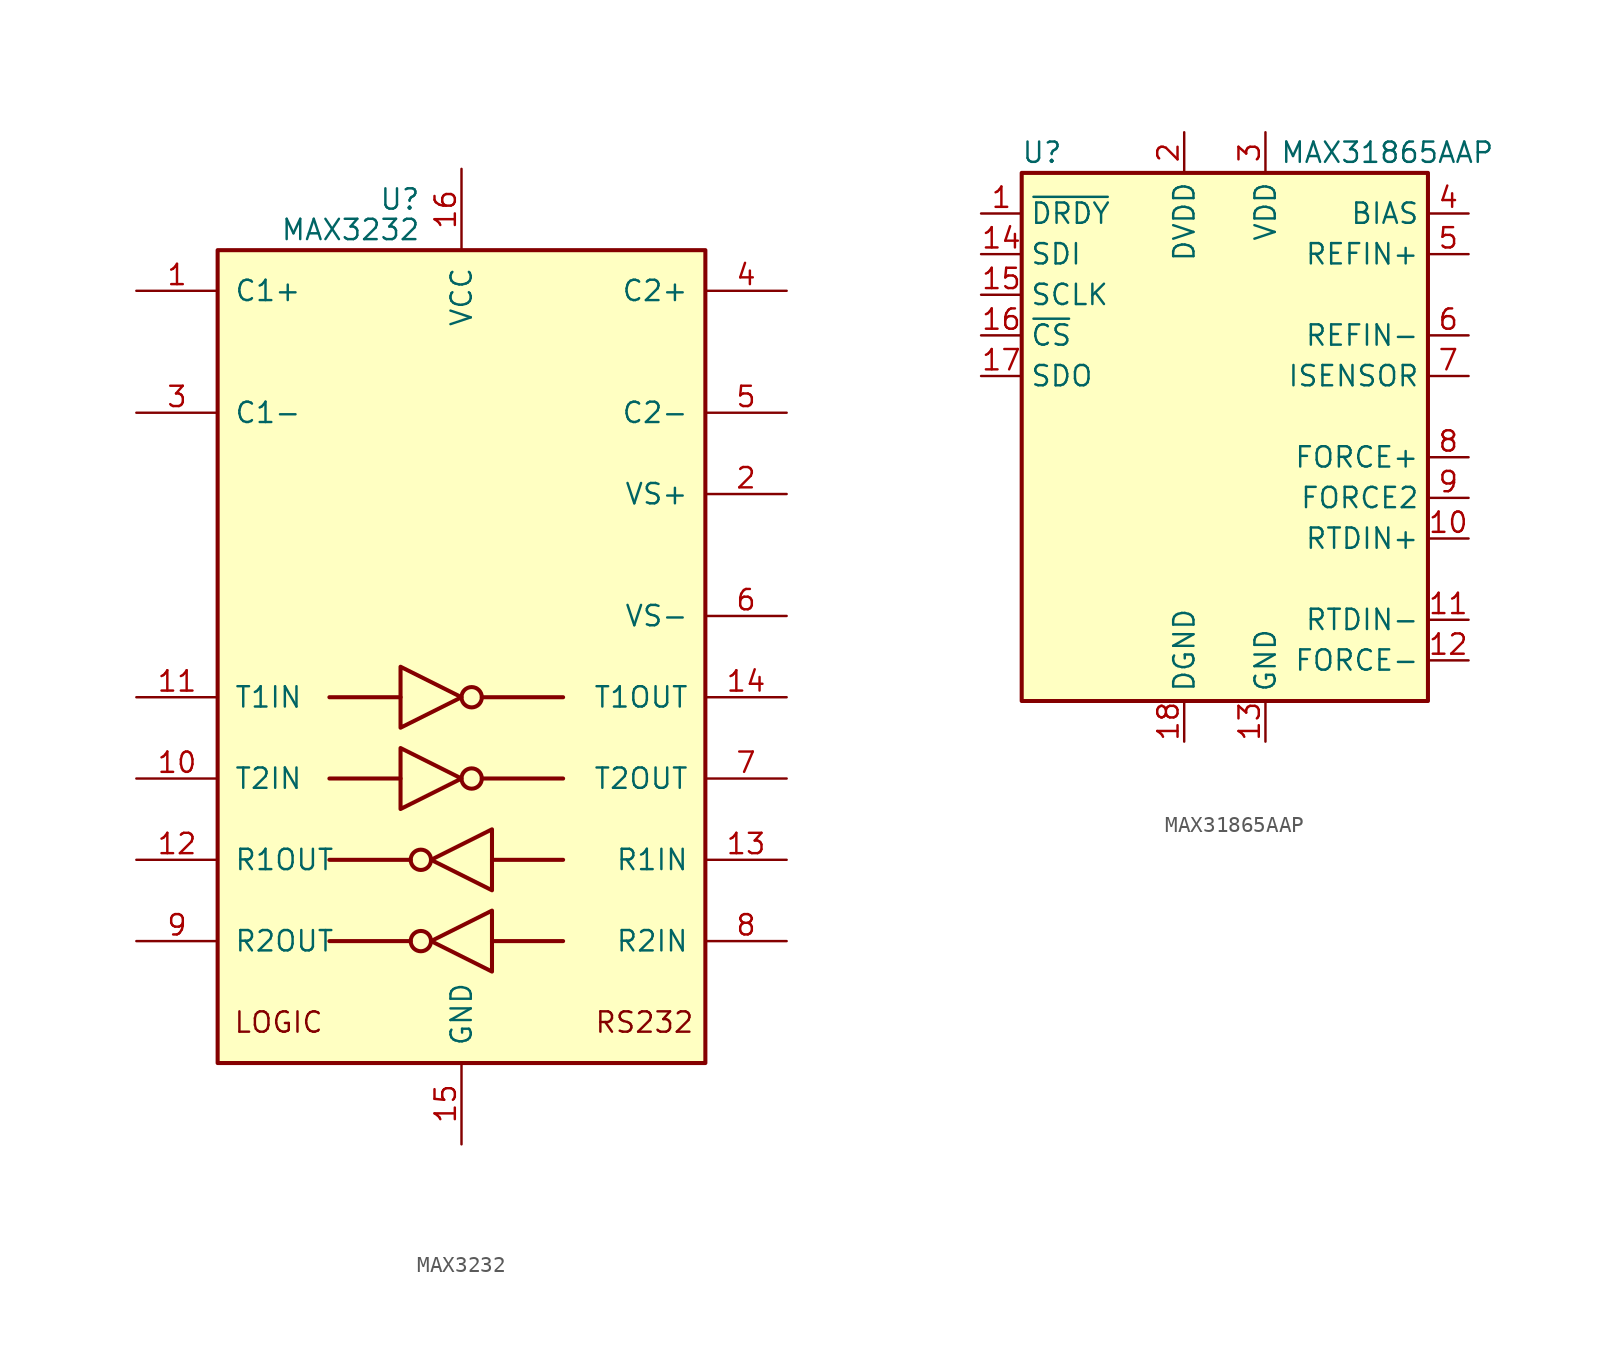
<source format=kicad_sym>
(kicad_symbol_lib
  (version 20231120)
  (generator "kicad_symbol_editor")
  (generator_version "8.0")
  (symbol "MAX3232"
    (pin_names
      (offset 1.016))
    (property "Reference" "U"
      (at -2.54 28.575 0)
      (effects (font (size 1.27 1.27)) (justify right)))
    (property "Value" "MAX3232"
      (at -2.54 26.67 0)
      (effects (font (size 1.27 1.27)) (justify right)))
    (symbol "MAX3232_0_0"
      (text "LOGIC" (at -11.43 -22.86 0) (effects (font (size 1.27 1.27))))
      (text "RS232" (at 11.43 -22.86 0) (effects (font (size 1.27 1.27)))))
    (symbol "MAX3232_0_1"
      (rectangle (start -15.24 -25.4) (end 15.24 25.4) (stroke (width 0.254) (type default)) (fill (type background)))
      (circle (center -2.54 -17.78) (radius 0.635) (stroke (width 0.254) (type default)) (fill (type none)))
      (circle (center -2.54 -12.7) (radius 0.635) (stroke (width 0.254) (type default)) (fill (type none)))
      (polyline (pts (xy -3.81 -7.62) (xy -8.255 -7.62)) (stroke (width 0.254) (type default)) (fill (type none)))
      (polyline (pts (xy -3.81 -2.54) (xy -8.255 -2.54)) (stroke (width 0.254) (type default)) (fill (type none)))
      (polyline (pts (xy -3.175 -17.78) (xy -8.255 -17.78)) (stroke (width 0.254) (type default)) (fill (type none)))
      (polyline (pts (xy -3.175 -12.7) (xy -8.255 -12.7)) (stroke (width 0.254) (type default)) (fill (type none)))
      (polyline (pts (xy 1.27 -7.62) (xy 6.35 -7.62)) (stroke (width 0.254) (type default)) (fill (type none)))
      (polyline (pts (xy 1.27 -2.54) (xy 6.35 -2.54)) (stroke (width 0.254) (type default)) (fill (type none)))
      (polyline (pts (xy 1.905 -17.78) (xy 6.35 -17.78)) (stroke (width 0.254) (type default)) (fill (type none)))
      (polyline (pts (xy 1.905 -12.7) (xy 6.35 -12.7)) (stroke (width 0.254) (type default)) (fill (type none)))
      (polyline (pts (xy -3.81 -5.715) (xy -3.81 -9.525) (xy 0 -7.62) (xy -3.81 -5.715)) (stroke (width 0.254) (type default)) (fill (type none)))
      (polyline (pts (xy -3.81 -0.635) (xy -3.81 -4.445) (xy 0 -2.54) (xy -3.81 -0.635)) (stroke (width 0.254) (type default)) (fill (type none)))
      (polyline (pts (xy 1.905 -15.875) (xy 1.905 -19.685) (xy -1.905 -17.78) (xy 1.905 -15.875)) (stroke (width 0.254) (type default)) (fill (type none)))
      (polyline (pts (xy 1.905 -10.795) (xy 1.905 -14.605) (xy -1.905 -12.7) (xy 1.905 -10.795)) (stroke (width 0.254) (type default)) (fill (type none)))
      (circle (center 0.635 -7.62) (radius 0.635) (stroke (width 0.254) (type default)) (fill (type none)))
      (circle (center 0.635 -2.54) (radius 0.635) (stroke (width 0.254) (type default)) (fill (type none))))
    (symbol "MAX3232_1_1"
      (pin passive line (at -20.32 22.86 0) (length 5.08) (name "C1+" (effects (font (size 1.27 1.27)))) (number "1" (effects (font (size 1.27 1.27)))))
      (pin input line (at -20.32 -7.62 0) (length 5.08) (name "T2IN" (effects (font (size 1.27 1.27)))) (number "10" (effects (font (size 1.27 1.27)))))
      (pin input line (at -20.32 -2.54 0) (length 5.08) (name "T1IN" (effects (font (size 1.27 1.27)))) (number "11" (effects (font (size 1.27 1.27)))))
      (pin output line (at -20.32 -12.7 0) (length 5.08) (name "R1OUT" (effects (font (size 1.27 1.27)))) (number "12" (effects (font (size 1.27 1.27)))))
      (pin input line (at 20.32 -12.7 180) (length 5.08) (name "R1IN" (effects (font (size 1.27 1.27)))) (number "13" (effects (font (size 1.27 1.27)))))
      (pin output line (at 20.32 -2.54 180) (length 5.08) (name "T1OUT" (effects (font (size 1.27 1.27)))) (number "14" (effects (font (size 1.27 1.27)))))
      (pin power_in line (at 0 -30.48 90) (length 5.08) (name "GND" (effects (font (size 1.27 1.27)))) (number "15" (effects (font (size 1.27 1.27)))))
      (pin power_in line (at 0 30.48 270) (length 5.08) (name "VCC" (effects (font (size 1.27 1.27)))) (number "16" (effects (font (size 1.27 1.27)))))
      (pin power_out line (at 20.32 10.16 180) (length 5.08) (name "VS+" (effects (font (size 1.27 1.27)))) (number "2" (effects (font (size 1.27 1.27)))))
      (pin passive line (at -20.32 15.24 0) (length 5.08) (name "C1-" (effects (font (size 1.27 1.27)))) (number "3" (effects (font (size 1.27 1.27)))))
      (pin passive line (at 20.32 22.86 180) (length 5.08) (name "C2+" (effects (font (size 1.27 1.27)))) (number "4" (effects (font (size 1.27 1.27)))))
      (pin passive line (at 20.32 15.24 180) (length 5.08) (name "C2-" (effects (font (size 1.27 1.27)))) (number "5" (effects (font (size 1.27 1.27)))))
      (pin power_out line (at 20.32 2.54 180) (length 5.08) (name "VS-" (effects (font (size 1.27 1.27)))) (number "6" (effects (font (size 1.27 1.27)))))
      (pin output line (at 20.32 -7.62 180) (length 5.08) (name "T2OUT" (effects (font (size 1.27 1.27)))) (number "7" (effects (font (size 1.27 1.27)))))
      (pin input line (at 20.32 -17.78 180) (length 5.08) (name "R2IN" (effects (font (size 1.27 1.27)))) (number "8" (effects (font (size 1.27 1.27)))))
      (pin output line (at -20.32 -17.78 0) (length 5.08) (name "R2OUT" (effects (font (size 1.27 1.27)))) (number "9" (effects (font (size 1.27 1.27)))))))
  (symbol "MAX31865AAP"
    (property "Reference" "U"
      (at -11.43 19.05 0)
      (effects (font (size 1.27 1.27))))
    (property "Value" "MAX31865AAP"
      (at 10.16 19.05 0)
      (effects (font (size 1.27 1.27))))
    (symbol "MAX31865AAP_0_1"
      (rectangle (start -12.7 17.78) (end 12.7 -15.24) (stroke (width 0.254) (type default)) (fill (type background))))
    (symbol "MAX31865AAP_1_1"
      (pin output line (at -15.24 15.24 0) (length 2.54) (name "~{DRDY}" (effects (font (size 1.27 1.27)))) (number "1" (effects (font (size 1.27 1.27)))))
      (pin input line (at 15.24 -5.08 180) (length 2.54) (name "RTDIN+" (effects (font (size 1.27 1.27)))) (number "10" (effects (font (size 1.27 1.27)))))
      (pin input line (at 15.24 -10.16 180) (length 2.54) (name "RTDIN-" (effects (font (size 1.27 1.27)))) (number "11" (effects (font (size 1.27 1.27)))))
      (pin power_out line (at 15.24 -12.7 180) (length 2.54) (name "FORCE-" (effects (font (size 1.27 1.27)))) (number "12" (effects (font (size 1.27 1.27)))))
      (pin power_in line (at 2.54 -17.78 90) (length 2.54) (name "GND" (effects (font (size 1.27 1.27)))) (number "13" (effects (font (size 1.27 1.27)))))
      (pin input line (at -15.24 12.7 0) (length 2.54) (name "SDI" (effects (font (size 1.27 1.27)))) (number "14" (effects (font (size 1.27 1.27)))))
      (pin input line (at -15.24 10.16 0) (length 2.54) (name "SCLK" (effects (font (size 1.27 1.27)))) (number "15" (effects (font (size 1.27 1.27)))))
      (pin input line (at -15.24 7.62 0) (length 2.54) (name "~{CS}" (effects (font (size 1.27 1.27)))) (number "16" (effects (font (size 1.27 1.27)))))
      (pin tri_state line (at -15.24 5.08 0) (length 2.54) (name "SDO" (effects (font (size 1.27 1.27)))) (number "17" (effects (font (size 1.27 1.27)))))
      (pin power_in line (at -2.54 -17.78 90) (length 2.54) (name "DGND" (effects (font (size 1.27 1.27)))) (number "18" (effects (font (size 1.27 1.27)))))
      (pin passive line (at 2.54 -17.78 90) (length 2.54) hide (name "GND" (effects (font (size 1.27 1.27)))) (number "19" (effects (font (size 1.27 1.27)))))
      (pin power_in line (at -2.54 20.32 270) (length 2.54) (name "DVDD" (effects (font (size 1.27 1.27)))) (number "2" (effects (font (size 1.27 1.27)))))
      (pin no_connect line (at -12.7 -2.54 0) (length 2.54) hide (name "NC" (effects (font (size 1.27 1.27)))) (number "20" (effects (font (size 1.27 1.27)))))
      (pin power_in line (at 2.54 20.32 270) (length 2.54) (name "VDD" (effects (font (size 1.27 1.27)))) (number "3" (effects (font (size 1.27 1.27)))))
      (pin power_out line (at 15.24 15.24 180) (length 2.54) (name "BIAS" (effects (font (size 1.27 1.27)))) (number "4" (effects (font (size 1.27 1.27)))))
      (pin input line (at 15.24 12.7 180) (length 2.54) (name "REFIN+" (effects (font (size 1.27 1.27)))) (number "5" (effects (font (size 1.27 1.27)))))
      (pin input line (at 15.24 7.62 180) (length 2.54) (name "REFIN-" (effects (font (size 1.27 1.27)))) (number "6" (effects (font (size 1.27 1.27)))))
      (pin passive line (at 15.24 5.08 180) (length 2.54) (name "ISENSOR" (effects (font (size 1.27 1.27)))) (number "7" (effects (font (size 1.27 1.27)))))
      (pin passive line (at 15.24 0 180) (length 2.54) (name "FORCE+" (effects (font (size 1.27 1.27)))) (number "8" (effects (font (size 1.27 1.27)))))
      (pin input line (at 15.24 -2.54 180) (length 2.54) (name "FORCE2" (effects (font (size 1.27 1.27)))) (number "9" (effects (font (size 1.27 1.27))))))))
</source>
